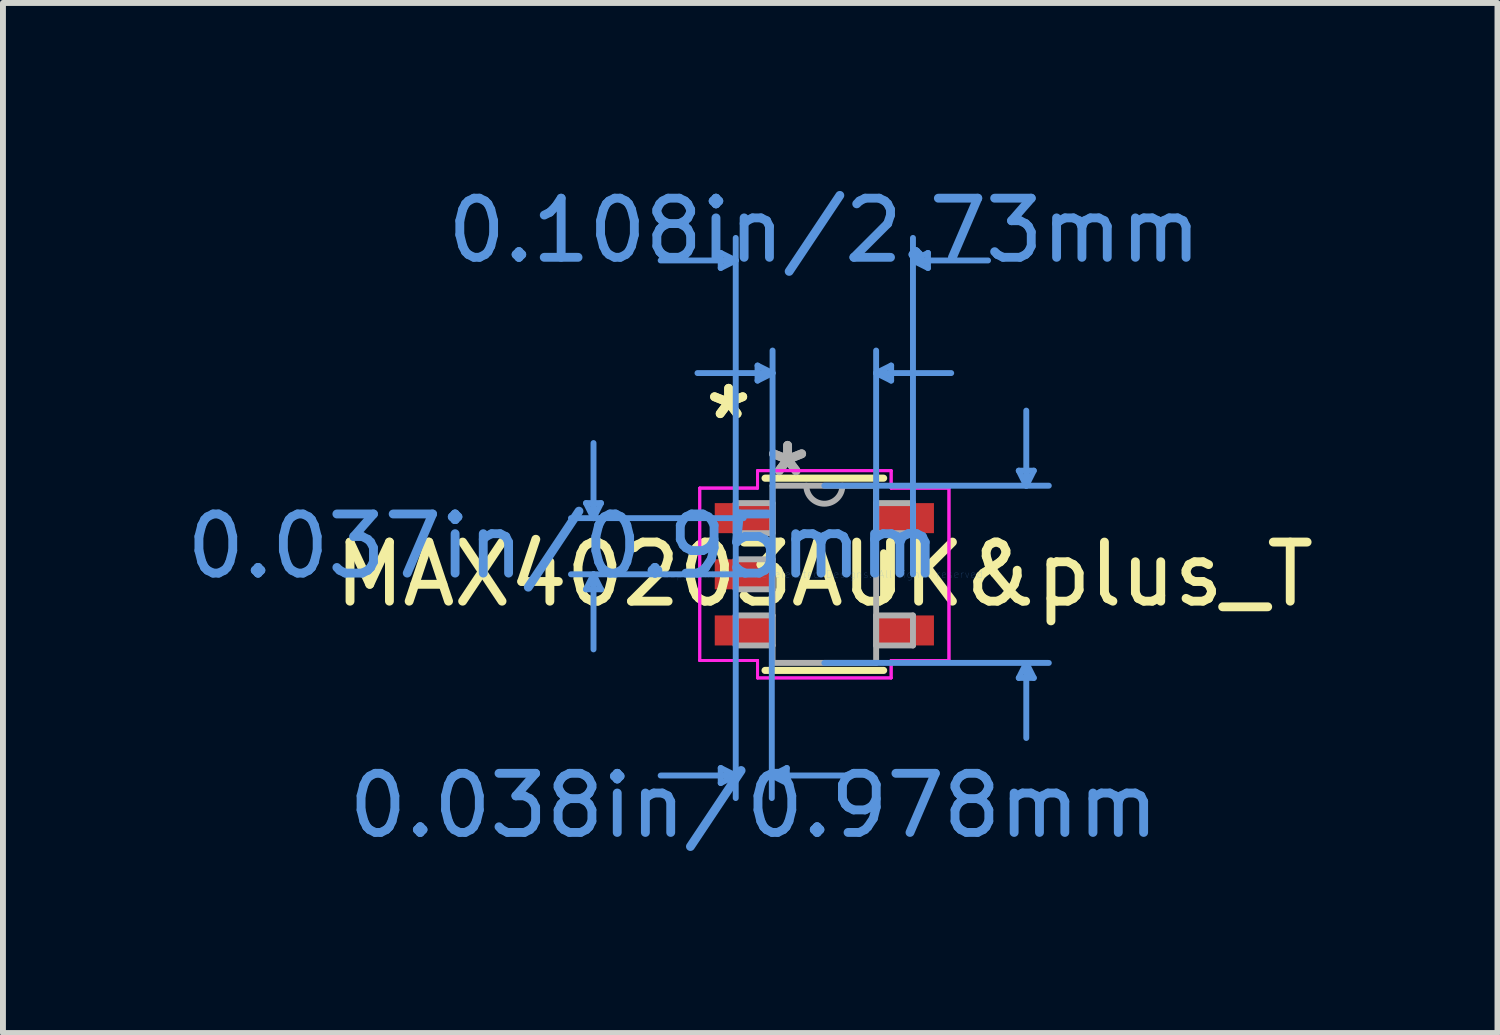
<source format=kicad_pcb>
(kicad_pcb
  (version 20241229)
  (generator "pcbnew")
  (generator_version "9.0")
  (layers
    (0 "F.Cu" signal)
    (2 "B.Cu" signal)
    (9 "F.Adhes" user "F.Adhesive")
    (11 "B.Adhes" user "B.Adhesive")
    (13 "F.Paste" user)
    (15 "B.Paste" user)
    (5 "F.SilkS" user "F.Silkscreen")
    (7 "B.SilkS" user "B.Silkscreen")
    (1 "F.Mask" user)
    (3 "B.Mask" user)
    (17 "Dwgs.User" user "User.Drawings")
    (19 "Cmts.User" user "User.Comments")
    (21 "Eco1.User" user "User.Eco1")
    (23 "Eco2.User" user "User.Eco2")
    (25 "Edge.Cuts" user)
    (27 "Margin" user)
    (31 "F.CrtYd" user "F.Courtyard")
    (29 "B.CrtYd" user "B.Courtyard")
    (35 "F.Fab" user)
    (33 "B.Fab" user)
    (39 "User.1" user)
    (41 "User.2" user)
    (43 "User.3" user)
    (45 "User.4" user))
  (footprint "MAX40203AUK&plus_T"
    (layer "F.Cu")
    (at 10.895 6.665)
    (property "Reference" "MAX40203AUK&plus_T" (at 0 0 0) (layer "F.SilkS") (effects (font (size 1 1) (thickness 0.15))))
    (attr through_hole)
    (fp_line (start -1.003 1.626) (end 1.003 1.626) (stroke (width 0.12) (type solid)) (layer "F.SilkS"))
    (fp_line (start 1.003 -1.626) (end -1.003 -1.626) (stroke (width 0.12) (type solid)) (layer "F.SilkS"))
    (fp_line (start 1.003 0.363) (end 1.003 -0.363) (stroke (width 0.12) (type solid)) (layer "F.SilkS"))
    (fp_line (start -4.032 -1.204) (end -3.778 -1.204) (stroke (width 0.1) (type solid)) (layer "Cmts.User"))
    (fp_line (start -4.032 0.254) (end -3.778 0.254) (stroke (width 0.1) (type solid)) (layer "Cmts.User"))
    (fp_line (start -3.905 -0.95) (end -4.032 -1.204) (stroke (width 0.1) (type solid)) (layer "Cmts.User"))
    (fp_line (start -3.905 -0.95) (end -3.905 -2.22) (stroke (width 0.1) (type solid)) (layer "Cmts.User"))
    (fp_line (start -3.905 -0.95) (end -3.778 -1.204) (stroke (width 0.1) (type solid)) (layer "Cmts.User"))
    (fp_line (start -3.905 0) (end -4.032 0.254) (stroke (width 0.1) (type solid)) (layer "Cmts.User"))
    (fp_line (start -3.905 0) (end -3.905 1.27) (stroke (width 0.1) (type solid)) (layer "Cmts.User"))
    (fp_line (start -3.905 0) (end -3.778 0.254) (stroke (width 0.1) (type solid)) (layer "Cmts.User"))
    (fp_line (start -1.753 -5.436) (end -1.753 -5.182) (stroke (width 0.1) (type solid)) (layer "Cmts.User"))
    (fp_line (start -1.753 3.277) (end -1.753 3.531) (stroke (width 0.1) (type solid)) (layer "Cmts.User"))
    (fp_line (start -1.499 -5.309) (end -2.769 -5.309) (stroke (width 0.1) (type solid)) (layer "Cmts.User"))
    (fp_line (start -1.499 -5.309) (end -1.753 -5.436) (stroke (width 0.1) (type solid)) (layer "Cmts.User"))
    (fp_line (start -1.499 -5.309) (end -1.753 -5.182) (stroke (width 0.1) (type solid)) (layer "Cmts.User"))
    (fp_line (start -1.499 0) (end -1.499 -5.69) (stroke (width 0.1) (type solid)) (layer "Cmts.User"))
    (fp_line (start -1.499 0) (end -1.499 3.785) (stroke (width 0.1) (type solid)) (layer "Cmts.User"))
    (fp_line (start -1.499 3.404) (end -2.769 3.404) (stroke (width 0.1) (type solid)) (layer "Cmts.User"))
    (fp_line (start -1.499 3.404) (end -1.753 3.277) (stroke (width 0.1) (type solid)) (layer "Cmts.User"))
    (fp_line (start -1.499 3.404) (end -1.753 3.531) (stroke (width 0.1) (type solid)) (layer "Cmts.User"))
    (fp_line (start -1.365 -0.95) (end -4.286 -0.95) (stroke (width 0.1) (type solid)) (layer "Cmts.User"))
    (fp_line (start -1.365 0) (end -4.286 0) (stroke (width 0.1) (type solid)) (layer "Cmts.User"))
    (fp_line (start -1.13 -3.531) (end -1.13 -3.277) (stroke (width 0.1) (type solid)) (layer "Cmts.User"))
    (fp_line (start -0.889 0) (end -0.889 3.785) (stroke (width 0.1) (type solid)) (layer "Cmts.User"))
    (fp_line (start -0.889 3.404) (end -0.635 3.277) (stroke (width 0.1) (type solid)) (layer "Cmts.User"))
    (fp_line (start -0.889 3.404) (end -0.635 3.531) (stroke (width 0.1) (type solid)) (layer "Cmts.User"))
    (fp_line (start -0.889 3.404) (end 0.381 3.404) (stroke (width 0.1) (type solid)) (layer "Cmts.User"))
    (fp_line (start -0.876 -3.404) (end -2.146 -3.404) (stroke (width 0.1) (type solid)) (layer "Cmts.User"))
    (fp_line (start -0.876 -3.404) (end -1.13 -3.531) (stroke (width 0.1) (type solid)) (layer "Cmts.User"))
    (fp_line (start -0.876 -3.404) (end -1.13 -3.277) (stroke (width 0.1) (type solid)) (layer "Cmts.User"))
    (fp_line (start -0.876 0) (end -0.876 -3.785) (stroke (width 0.1) (type solid)) (layer "Cmts.User"))
    (fp_line (start -0.635 3.277) (end -0.635 3.531) (stroke (width 0.1) (type solid)) (layer "Cmts.User"))
    (fp_line (start 0 -1.499) (end 3.797 -1.499) (stroke (width 0.1) (type solid)) (layer "Cmts.User"))
    (fp_line (start 0 1.499) (end 3.797 1.499) (stroke (width 0.1) (type solid)) (layer "Cmts.User"))
    (fp_line (start 0.876 -3.404) (end 1.13 -3.531) (stroke (width 0.1) (type solid)) (layer "Cmts.User"))
    (fp_line (start 0.876 -3.404) (end 1.13 -3.277) (stroke (width 0.1) (type solid)) (layer "Cmts.User"))
    (fp_line (start 0.876 -3.404) (end 2.146 -3.404) (stroke (width 0.1) (type solid)) (layer "Cmts.User"))
    (fp_line (start 0.876 0) (end 0.876 -3.785) (stroke (width 0.1) (type solid)) (layer "Cmts.User"))
    (fp_line (start 1.13 -3.531) (end 1.13 -3.277) (stroke (width 0.1) (type solid)) (layer "Cmts.User"))
    (fp_line (start 1.499 -5.309) (end 1.753 -5.436) (stroke (width 0.1) (type solid)) (layer "Cmts.User"))
    (fp_line (start 1.499 -5.309) (end 1.753 -5.182) (stroke (width 0.1) (type solid)) (layer "Cmts.User"))
    (fp_line (start 1.499 -5.309) (end 2.769 -5.309) (stroke (width 0.1) (type solid)) (layer "Cmts.User"))
    (fp_line (start 1.499 0) (end 1.499 -5.69) (stroke (width 0.1) (type solid)) (layer "Cmts.User"))
    (fp_line (start 1.753 -5.436) (end 1.753 -5.182) (stroke (width 0.1) (type solid)) (layer "Cmts.User"))
    (fp_line (start 3.289 -1.753) (end 3.543 -1.753) (stroke (width 0.1) (type solid)) (layer "Cmts.User"))
    (fp_line (start 3.289 1.753) (end 3.543 1.753) (stroke (width 0.1) (type solid)) (layer "Cmts.User"))
    (fp_line (start 3.416 -1.499) (end 3.289 -1.753) (stroke (width 0.1) (type solid)) (layer "Cmts.User"))
    (fp_line (start 3.416 -1.499) (end 3.416 -2.769) (stroke (width 0.1) (type solid)) (layer "Cmts.User"))
    (fp_line (start 3.416 -1.499) (end 3.543 -1.753) (stroke (width 0.1) (type solid)) (layer "Cmts.User"))
    (fp_line (start 3.416 1.499) (end 3.289 1.753) (stroke (width 0.1) (type solid)) (layer "Cmts.User"))
    (fp_line (start 3.416 1.499) (end 3.416 2.769) (stroke (width 0.1) (type solid)) (layer "Cmts.User"))
    (fp_line (start 3.416 1.499) (end 3.543 1.753) (stroke (width 0.1) (type solid)) (layer "Cmts.User"))
    (fp_line (start -2.108 -1.458) (end -1.13 -1.458) (stroke (width 0.05) (type solid)) (layer "F.CrtYd"))
    (fp_line (start -2.108 -1.458) (end -1.13 -1.458) (stroke (width 0.05) (type solid)) (layer "F.CrtYd"))
    (fp_line (start -2.108 1.458) (end -2.108 -1.458) (stroke (width 0.05) (type solid)) (layer "F.CrtYd"))
    (fp_line (start -2.108 1.458) (end -2.108 -1.458) (stroke (width 0.05) (type solid)) (layer "F.CrtYd"))
    (fp_line (start -1.13 -1.753) (end 1.13 -1.753) (stroke (width 0.05) (type solid)) (layer "F.CrtYd"))
    (fp_line (start -1.13 -1.753) (end 1.13 -1.753) (stroke (width 0.05) (type solid)) (layer "F.CrtYd"))
    (fp_line (start -1.13 -1.458) (end -1.13 -1.753) (stroke (width 0.05) (type solid)) (layer "F.CrtYd"))
    (fp_line (start -1.13 -1.458) (end -1.13 -1.753) (stroke (width 0.05) (type solid)) (layer "F.CrtYd"))
    (fp_line (start -1.13 1.458) (end -2.108 1.458) (stroke (width 0.05) (type solid)) (layer "F.CrtYd"))
    (fp_line (start -1.13 1.458) (end -2.108 1.458) (stroke (width 0.05) (type solid)) (layer "F.CrtYd"))
    (fp_line (start -1.13 1.753) (end -1.13 1.458) (stroke (width 0.05) (type solid)) (layer "F.CrtYd"))
    (fp_line (start -1.13 1.753) (end -1.13 1.458) (stroke (width 0.05) (type solid)) (layer "F.CrtYd"))
    (fp_line (start 1.13 -1.753) (end 1.13 -1.458) (stroke (width 0.05) (type solid)) (layer "F.CrtYd"))
    (fp_line (start 1.13 -1.753) (end 1.13 -1.458) (stroke (width 0.05) (type solid)) (layer "F.CrtYd"))
    (fp_line (start 1.13 -1.458) (end 2.108 -1.458) (stroke (width 0.05) (type solid)) (layer "F.CrtYd"))
    (fp_line (start 1.13 -1.458) (end 2.108 -1.458) (stroke (width 0.05) (type solid)) (layer "F.CrtYd"))
    (fp_line (start 1.13 1.458) (end 1.13 1.753) (stroke (width 0.05) (type solid)) (layer "F.CrtYd"))
    (fp_line (start 1.13 1.458) (end 1.13 1.753) (stroke (width 0.05) (type solid)) (layer "F.CrtYd"))
    (fp_line (start 1.13 1.753) (end -1.13 1.753) (stroke (width 0.05) (type solid)) (layer "F.CrtYd"))
    (fp_line (start 1.13 1.753) (end -1.13 1.753) (stroke (width 0.05) (type solid)) (layer "F.CrtYd"))
    (fp_line (start 2.108 -1.458) (end 2.108 1.458) (stroke (width 0.05) (type solid)) (layer "F.CrtYd"))
    (fp_line (start 2.108 -1.458) (end 2.108 1.458) (stroke (width 0.05) (type solid)) (layer "F.CrtYd"))
    (fp_line (start 2.108 1.458) (end 1.13 1.458) (stroke (width 0.05) (type solid)) (layer "F.CrtYd"))
    (fp_line (start 2.108 1.458) (end 1.13 1.458) (stroke (width 0.05) (type solid)) (layer "F.CrtYd"))
    (fp_line (start -1.499 -1.204) (end -1.499 -0.696) (stroke (width 0.1) (type solid)) (layer "F.Fab"))
    (fp_line (start -1.499 -0.696) (end -0.876 -0.696) (stroke (width 0.1) (type solid)) (layer "F.Fab"))
    (fp_line (start -1.499 -0.254) (end -1.499 0.254) (stroke (width 0.1) (type solid)) (layer "F.Fab"))
    (fp_line (start -1.499 0.254) (end -0.876 0.254) (stroke (width 0.1) (type solid)) (layer "F.Fab"))
    (fp_line (start -1.499 0.696) (end -1.499 1.204) (stroke (width 0.1) (type solid)) (layer "F.Fab"))
    (fp_line (start -1.499 1.204) (end -0.876 1.204) (stroke (width 0.1) (type solid)) (layer "F.Fab"))
    (fp_line (start -0.876 -1.499) (end -0.876 1.499) (stroke (width 0.1) (type solid)) (layer "F.Fab"))
    (fp_line (start -0.876 -1.204) (end -1.499 -1.204) (stroke (width 0.1) (type solid)) (layer "F.Fab"))
    (fp_line (start -0.876 -0.696) (end -0.876 -1.204) (stroke (width 0.1) (type solid)) (layer "F.Fab"))
    (fp_line (start -0.876 -0.254) (end -1.499 -0.254) (stroke (width 0.1) (type solid)) (layer "F.Fab"))
    (fp_line (start -0.876 0.254) (end -0.876 -0.254) (stroke (width 0.1) (type solid)) (layer "F.Fab"))
    (fp_line (start -0.876 0.696) (end -1.499 0.696) (stroke (width 0.1) (type solid)) (layer "F.Fab"))
    (fp_line (start -0.876 1.204) (end -0.876 0.696) (stroke (width 0.1) (type solid)) (layer "F.Fab"))
    (fp_line (start -0.876 1.499) (end 0.876 1.499) (stroke (width 0.1) (type solid)) (layer "F.Fab"))
    (fp_line (start 0.876 -1.499) (end -0.876 -1.499) (stroke (width 0.1) (type solid)) (layer "F.Fab"))
    (fp_line (start 0.876 -1.204) (end 0.876 -0.696) (stroke (width 0.1) (type solid)) (layer "F.Fab"))
    (fp_line (start 0.876 -0.696) (end 1.499 -0.696) (stroke (width 0.1) (type solid)) (layer "F.Fab"))
    (fp_line (start 0.876 0.696) (end 0.876 1.204) (stroke (width 0.1) (type solid)) (layer "F.Fab"))
    (fp_line (start 0.876 1.204) (end 1.499 1.204) (stroke (width 0.1) (type solid)) (layer "F.Fab"))
    (fp_line (start 0.876 1.499) (end 0.876 -1.499) (stroke (width 0.1) (type solid)) (layer "F.Fab"))
    (fp_line (start 1.499 -1.204) (end 0.876 -1.204) (stroke (width 0.1) (type solid)) (layer "F.Fab"))
    (fp_line (start 1.499 -0.696) (end 1.499 -1.204) (stroke (width 0.1) (type solid)) (layer "F.Fab"))
    (fp_line (start 1.499 0.696) (end 0.876 0.696) (stroke (width 0.1) (type solid)) (layer "F.Fab"))
    (fp_line (start 1.499 1.204) (end 1.499 0.696) (stroke (width 0.1) (type solid)) (layer "F.Fab"))
    (fp_arc (start 0.3048 -1.4986) (mid 0 -1.1938) (end -0.3048 -1.4986) (stroke (width 0.1) (type solid)) (layer "F.Fab"))
    (fp_text user "*" (at -1.619 -2.601 0) (layer "F.SilkS") (effects (font (size 1 1) (thickness 0.15))))
    (fp_text user "*" (at -1.619 -2.601 0) (layer "F.SilkS") (effects (font (size 1 1) (thickness 0.15))))
    (fp_text user "Copyright 2021 Accelerated Designs. All rights reserved." (at 0 0 0) (layer "Cmts.User") (effects (font (size 0.127 0.127) (thickness 0.002))))
    (fp_text user "0.108in/2.73mm" (at 0 -5.817 0) (layer "Cmts.User") (effects (font (size 1 1) (thickness 0.15))))
    (fp_text user "0.037in/0.95mm" (at -4.413 -0.475 0) (layer "Cmts.User") (effects (font (size 1 1) (thickness 0.15))))
    (fp_text user "0.038in/0.978mm" (at -1.194 3.912 0) (layer "Cmts.User") (effects (font (size 1 1) (thickness 0.15))))
    (fp_text user "*" (at -0.622 -1.636 0) (layer "F.Fab") (effects (font (size 1 1) (thickness 0.15))))
    (fp_text user "*" (at -0.622 -1.636 0) (layer "F.Fab") (effects (font (size 1 1) (thickness 0.15))))
    (pad "1" smd rect (at -1.365 -0.95) (size 0.978 0.508) (layers "F.Cu" "F.Mask" "F.Paste"))
    (pad "2" smd rect (at -1.365 0) (size 0.978 0.508) (layers "F.Cu" "F.Mask" "F.Paste"))
    (pad "3" smd rect (at -1.365 0.95) (size 0.978 0.508) (layers "F.Cu" "F.Mask" "F.Paste"))
    (pad "4" smd rect (at 1.365 0.95) (size 0.978 0.508) (layers "F.Cu" "F.Mask" "F.Paste"))
    (pad "5" smd rect (at 1.365 -0.95) (size 0.978 0.508) (layers "F.Cu" "F.Mask" "F.Paste")))
  (gr_rect
    (start -3 -3)
    (end 22.282 14.425)
    (stroke (width 0.1) (type default))
    (fill no)
    (layer "Edge.Cuts")))
</source>
